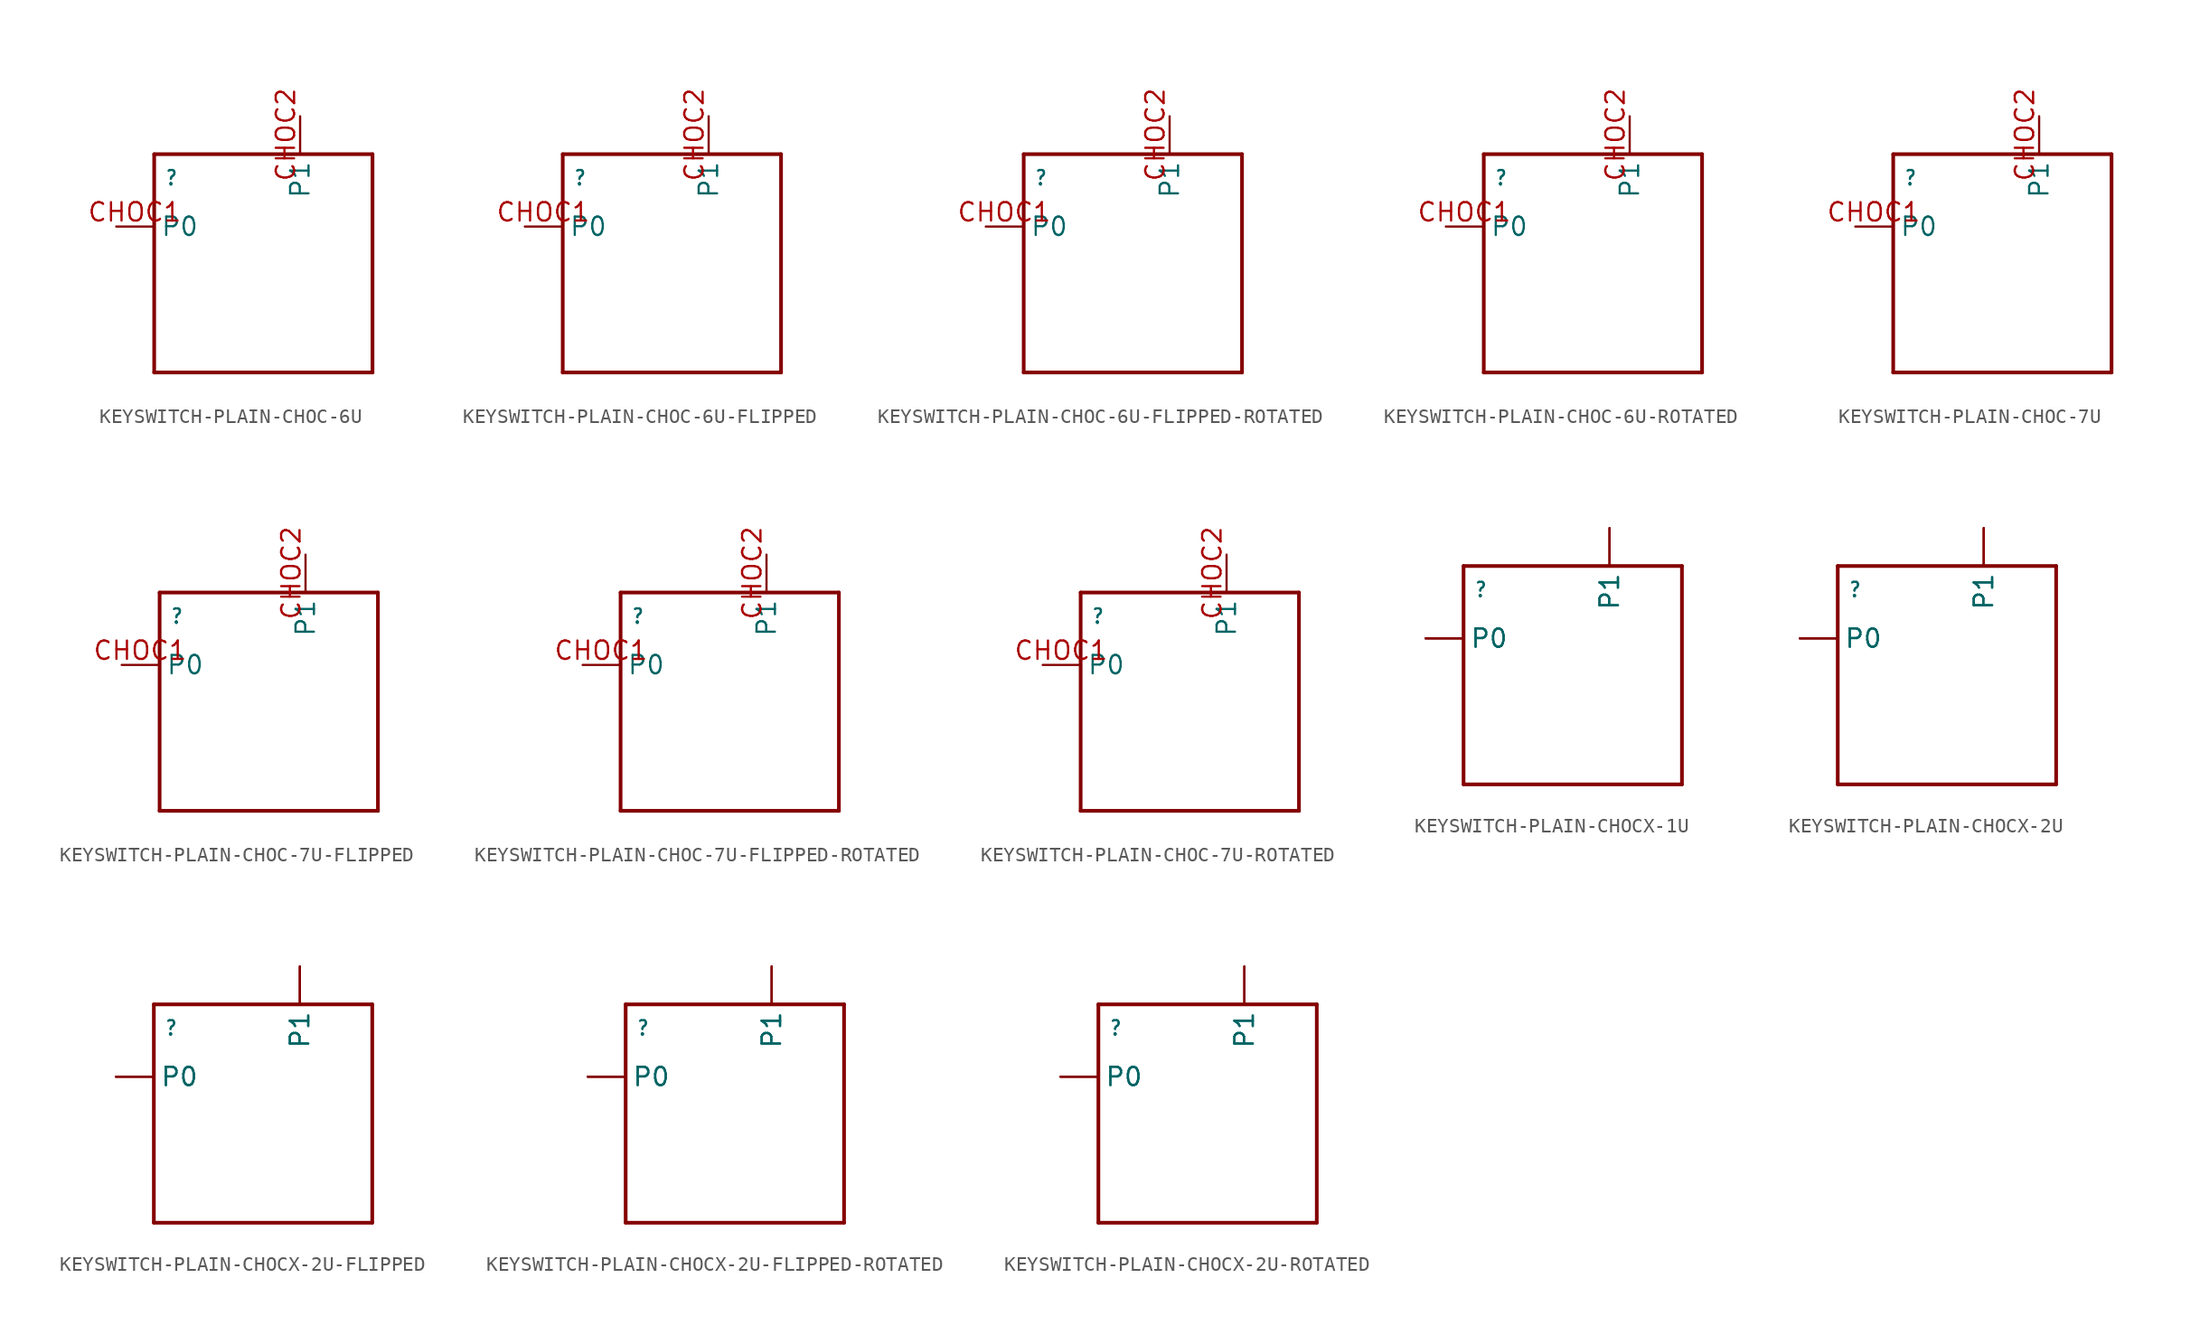
<source format=kicad_sym>
(kicad_symbol_lib
  (version 20211014)
  (generator kicad_symbol_editor)
  (symbol "KEYSWITCH-PLAIN-CHOC-6U"
    (property "Reference" ""
      (at -6.81 5.318 0)
      (effects (font (size 1 0.85)) (justify left bottom)))
    (property "ki_locked" ""
      (at 0 0 0)
      (effects (font (size 1.27 1.27))))
    (symbol "KEYSWITCH-PLAIN-CHOC-6U_1_0"
      (polyline (pts (xy -7.54 -7.54) (xy -7.54 7.54)) (stroke (width 0.254) (type default) (color 0 0 0 0)) (fill (type none)))
      (polyline (pts (xy -7.54 7.54) (xy 7.54 7.54)) (stroke (width 0.254) (type default) (color 0 0 0 0)) (fill (type none)))
      (polyline (pts (xy 7.54 -7.54) (xy -7.54 -7.54)) (stroke (width 0.254) (type default) (color 0 0 0 0)) (fill (type none)))
      (polyline (pts (xy 7.54 7.54) (xy 7.54 -7.54)) (stroke (width 0.254) (type default) (color 0 0 0 0)) (fill (type none)))
      (pin bidirectional line (at -10.16 2.54 0) (length 2.54) (name "P0" (effects (font (size 1.27 1.27)))) (number "CHOC1" (effects (font (size 1.27 1.27)))))
      (pin bidirectional line (at 2.54 10.16 270) (length 2.54) (name "P1" (effects (font (size 1.27 1.27)))) (number "CHOC2" (effects (font (size 1.27 1.27)))))))
  (symbol "KEYSWITCH-PLAIN-CHOC-6U-FLIPPED"
    (property "Reference" ""
      (at -6.81 5.318 0)
      (effects (font (size 1 0.85)) (justify left bottom)))
    (property "ki_locked" ""
      (at 0 0 0)
      (effects (font (size 1.27 1.27))))
    (symbol "KEYSWITCH-PLAIN-CHOC-6U-FLIPPED_1_0"
      (polyline (pts (xy -7.54 -7.54) (xy -7.54 7.54)) (stroke (width 0.254) (type default) (color 0 0 0 0)) (fill (type none)))
      (polyline (pts (xy -7.54 7.54) (xy 7.54 7.54)) (stroke (width 0.254) (type default) (color 0 0 0 0)) (fill (type none)))
      (polyline (pts (xy 7.54 -7.54) (xy -7.54 -7.54)) (stroke (width 0.254) (type default) (color 0 0 0 0)) (fill (type none)))
      (polyline (pts (xy 7.54 7.54) (xy 7.54 -7.54)) (stroke (width 0.254) (type default) (color 0 0 0 0)) (fill (type none)))
      (pin bidirectional line (at -10.16 2.54 0) (length 2.54) (name "P0" (effects (font (size 1.27 1.27)))) (number "CHOC1" (effects (font (size 1.27 1.27)))))
      (pin bidirectional line (at 2.54 10.16 270) (length 2.54) (name "P1" (effects (font (size 1.27 1.27)))) (number "CHOC2" (effects (font (size 1.27 1.27)))))))
  (symbol "KEYSWITCH-PLAIN-CHOC-6U-FLIPPED-ROTATED"
    (property "Reference" ""
      (at -6.81 5.318 0)
      (effects (font (size 1 0.85)) (justify left bottom)))
    (property "ki_locked" ""
      (at 0 0 0)
      (effects (font (size 1.27 1.27))))
    (symbol "KEYSWITCH-PLAIN-CHOC-6U-FLIPPED-ROTATED_1_0"
      (polyline (pts (xy -7.54 -7.54) (xy -7.54 7.54)) (stroke (width 0.254) (type default) (color 0 0 0 0)) (fill (type none)))
      (polyline (pts (xy -7.54 7.54) (xy 7.54 7.54)) (stroke (width 0.254) (type default) (color 0 0 0 0)) (fill (type none)))
      (polyline (pts (xy 7.54 -7.54) (xy -7.54 -7.54)) (stroke (width 0.254) (type default) (color 0 0 0 0)) (fill (type none)))
      (polyline (pts (xy 7.54 7.54) (xy 7.54 -7.54)) (stroke (width 0.254) (type default) (color 0 0 0 0)) (fill (type none)))
      (pin bidirectional line (at -10.16 2.54 0) (length 2.54) (name "P0" (effects (font (size 1.27 1.27)))) (number "CHOC1" (effects (font (size 1.27 1.27)))))
      (pin bidirectional line (at 2.54 10.16 270) (length 2.54) (name "P1" (effects (font (size 1.27 1.27)))) (number "CHOC2" (effects (font (size 1.27 1.27)))))))
  (symbol "KEYSWITCH-PLAIN-CHOC-6U-ROTATED"
    (property "Reference" ""
      (at -6.81 5.318 0)
      (effects (font (size 1 0.85)) (justify left bottom)))
    (property "ki_locked" ""
      (at 0 0 0)
      (effects (font (size 1.27 1.27))))
    (symbol "KEYSWITCH-PLAIN-CHOC-6U-ROTATED_1_0"
      (polyline (pts (xy -7.54 -7.54) (xy -7.54 7.54)) (stroke (width 0.254) (type default) (color 0 0 0 0)) (fill (type none)))
      (polyline (pts (xy -7.54 7.54) (xy 7.54 7.54)) (stroke (width 0.254) (type default) (color 0 0 0 0)) (fill (type none)))
      (polyline (pts (xy 7.54 -7.54) (xy -7.54 -7.54)) (stroke (width 0.254) (type default) (color 0 0 0 0)) (fill (type none)))
      (polyline (pts (xy 7.54 7.54) (xy 7.54 -7.54)) (stroke (width 0.254) (type default) (color 0 0 0 0)) (fill (type none)))
      (pin bidirectional line (at -10.16 2.54 0) (length 2.54) (name "P0" (effects (font (size 1.27 1.27)))) (number "CHOC1" (effects (font (size 1.27 1.27)))))
      (pin bidirectional line (at 2.54 10.16 270) (length 2.54) (name "P1" (effects (font (size 1.27 1.27)))) (number "CHOC2" (effects (font (size 1.27 1.27)))))))
  (symbol "KEYSWITCH-PLAIN-CHOC-7U"
    (property "Reference" ""
      (at -6.81 5.318 0)
      (effects (font (size 1 0.85)) (justify left bottom)))
    (property "ki_locked" ""
      (at 0 0 0)
      (effects (font (size 1.27 1.27))))
    (symbol "KEYSWITCH-PLAIN-CHOC-7U_1_0"
      (polyline (pts (xy -7.54 -7.54) (xy -7.54 7.54)) (stroke (width 0.254) (type default) (color 0 0 0 0)) (fill (type none)))
      (polyline (pts (xy -7.54 7.54) (xy 7.54 7.54)) (stroke (width 0.254) (type default) (color 0 0 0 0)) (fill (type none)))
      (polyline (pts (xy 7.54 -7.54) (xy -7.54 -7.54)) (stroke (width 0.254) (type default) (color 0 0 0 0)) (fill (type none)))
      (polyline (pts (xy 7.54 7.54) (xy 7.54 -7.54)) (stroke (width 0.254) (type default) (color 0 0 0 0)) (fill (type none)))
      (pin bidirectional line (at -10.16 2.54 0) (length 2.54) (name "P0" (effects (font (size 1.27 1.27)))) (number "CHOC1" (effects (font (size 1.27 1.27)))))
      (pin bidirectional line (at 2.54 10.16 270) (length 2.54) (name "P1" (effects (font (size 1.27 1.27)))) (number "CHOC2" (effects (font (size 1.27 1.27)))))))
  (symbol "KEYSWITCH-PLAIN-CHOC-7U-FLIPPED"
    (property "Reference" ""
      (at -6.81 5.318 0)
      (effects (font (size 1 0.85)) (justify left bottom)))
    (property "ki_locked" ""
      (at 0 0 0)
      (effects (font (size 1.27 1.27))))
    (symbol "KEYSWITCH-PLAIN-CHOC-7U-FLIPPED_1_0"
      (polyline (pts (xy -7.54 -7.54) (xy -7.54 7.54)) (stroke (width 0.254) (type default) (color 0 0 0 0)) (fill (type none)))
      (polyline (pts (xy -7.54 7.54) (xy 7.54 7.54)) (stroke (width 0.254) (type default) (color 0 0 0 0)) (fill (type none)))
      (polyline (pts (xy 7.54 -7.54) (xy -7.54 -7.54)) (stroke (width 0.254) (type default) (color 0 0 0 0)) (fill (type none)))
      (polyline (pts (xy 7.54 7.54) (xy 7.54 -7.54)) (stroke (width 0.254) (type default) (color 0 0 0 0)) (fill (type none)))
      (pin bidirectional line (at -10.16 2.54 0) (length 2.54) (name "P0" (effects (font (size 1.27 1.27)))) (number "CHOC1" (effects (font (size 1.27 1.27)))))
      (pin bidirectional line (at 2.54 10.16 270) (length 2.54) (name "P1" (effects (font (size 1.27 1.27)))) (number "CHOC2" (effects (font (size 1.27 1.27)))))))
  (symbol "KEYSWITCH-PLAIN-CHOC-7U-FLIPPED-ROTATED"
    (property "Reference" ""
      (at -6.81 5.318 0)
      (effects (font (size 1 0.85)) (justify left bottom)))
    (property "ki_locked" ""
      (at 0 0 0)
      (effects (font (size 1.27 1.27))))
    (symbol "KEYSWITCH-PLAIN-CHOC-7U-FLIPPED-ROTATED_1_0"
      (polyline (pts (xy -7.54 -7.54) (xy -7.54 7.54)) (stroke (width 0.254) (type default) (color 0 0 0 0)) (fill (type none)))
      (polyline (pts (xy -7.54 7.54) (xy 7.54 7.54)) (stroke (width 0.254) (type default) (color 0 0 0 0)) (fill (type none)))
      (polyline (pts (xy 7.54 -7.54) (xy -7.54 -7.54)) (stroke (width 0.254) (type default) (color 0 0 0 0)) (fill (type none)))
      (polyline (pts (xy 7.54 7.54) (xy 7.54 -7.54)) (stroke (width 0.254) (type default) (color 0 0 0 0)) (fill (type none)))
      (pin bidirectional line (at -10.16 2.54 0) (length 2.54) (name "P0" (effects (font (size 1.27 1.27)))) (number "CHOC1" (effects (font (size 1.27 1.27)))))
      (pin bidirectional line (at 2.54 10.16 270) (length 2.54) (name "P1" (effects (font (size 1.27 1.27)))) (number "CHOC2" (effects (font (size 1.27 1.27)))))))
  (symbol "KEYSWITCH-PLAIN-CHOC-7U-ROTATED"
    (property "Reference" ""
      (at -6.81 5.318 0)
      (effects (font (size 1 0.85)) (justify left bottom)))
    (property "ki_locked" ""
      (at 0 0 0)
      (effects (font (size 1.27 1.27))))
    (symbol "KEYSWITCH-PLAIN-CHOC-7U-ROTATED_1_0"
      (polyline (pts (xy -7.54 -7.54) (xy -7.54 7.54)) (stroke (width 0.254) (type default) (color 0 0 0 0)) (fill (type none)))
      (polyline (pts (xy -7.54 7.54) (xy 7.54 7.54)) (stroke (width 0.254) (type default) (color 0 0 0 0)) (fill (type none)))
      (polyline (pts (xy 7.54 -7.54) (xy -7.54 -7.54)) (stroke (width 0.254) (type default) (color 0 0 0 0)) (fill (type none)))
      (polyline (pts (xy 7.54 7.54) (xy 7.54 -7.54)) (stroke (width 0.254) (type default) (color 0 0 0 0)) (fill (type none)))
      (pin bidirectional line (at -10.16 2.54 0) (length 2.54) (name "P0" (effects (font (size 1.27 1.27)))) (number "CHOC1" (effects (font (size 1.27 1.27)))))
      (pin bidirectional line (at 2.54 10.16 270) (length 2.54) (name "P1" (effects (font (size 1.27 1.27)))) (number "CHOC2" (effects (font (size 1.27 1.27)))))))
  (symbol "KEYSWITCH-PLAIN-CHOCX-1U"
    (property "Reference" ""
      (at -6.81 5.318 0)
      (effects (font (size 1 0.85)) (justify left bottom)))
    (property "ki_locked" ""
      (at 0 0 0)
      (effects (font (size 1.27 1.27))))
    (symbol "KEYSWITCH-PLAIN-CHOCX-1U_1_0"
      (polyline (pts (xy -7.54 -7.54) (xy -7.54 7.54)) (stroke (width 0.254) (type default) (color 0 0 0 0)) (fill (type none)))
      (polyline (pts (xy -7.54 7.54) (xy 7.54 7.54)) (stroke (width 0.254) (type default) (color 0 0 0 0)) (fill (type none)))
      (polyline (pts (xy 7.54 -7.54) (xy -7.54 -7.54)) (stroke (width 0.254) (type default) (color 0 0 0 0)) (fill (type none)))
      (polyline (pts (xy 7.54 7.54) (xy 7.54 -7.54)) (stroke (width 0.254) (type default) (color 0 0 0 0)) (fill (type none)))
      (pin bidirectional line (at -10.16 2.54 0) (length 2.54) (name "P0" (effects (font (size 1.27 1.27)))) (number "CHOC1" (effects (font (size 0 0)))))
      (pin bidirectional line (at 2.54 10.16 270) (length 2.54) (name "P1" (effects (font (size 1.27 1.27)))) (number "CHOC2" (effects (font (size 0 0)))))
      (pin bidirectional line (at -10.16 2.54 0) (length 2.54) (name "P0" (effects (font (size 1.27 1.27)))) (number "X1" (effects (font (size 0 0)))))
      (pin bidirectional line (at 2.54 10.16 270) (length 2.54) (name "P1" (effects (font (size 1.27 1.27)))) (number "X2" (effects (font (size 0 0)))))))
  (symbol "KEYSWITCH-PLAIN-CHOCX-2U"
    (property "Reference" ""
      (at -6.81 5.318 0)
      (effects (font (size 1 0.85)) (justify left bottom)))
    (property "ki_locked" ""
      (at 0 0 0)
      (effects (font (size 1.27 1.27))))
    (symbol "KEYSWITCH-PLAIN-CHOCX-2U_1_0"
      (polyline (pts (xy -7.54 -7.54) (xy -7.54 7.54)) (stroke (width 0.254) (type default) (color 0 0 0 0)) (fill (type none)))
      (polyline (pts (xy -7.54 7.54) (xy 7.54 7.54)) (stroke (width 0.254) (type default) (color 0 0 0 0)) (fill (type none)))
      (polyline (pts (xy 7.54 -7.54) (xy -7.54 -7.54)) (stroke (width 0.254) (type default) (color 0 0 0 0)) (fill (type none)))
      (polyline (pts (xy 7.54 7.54) (xy 7.54 -7.54)) (stroke (width 0.254) (type default) (color 0 0 0 0)) (fill (type none)))
      (pin bidirectional line (at -10.16 2.54 0) (length 2.54) (name "P0" (effects (font (size 1.27 1.27)))) (number "CHOC1" (effects (font (size 0 0)))))
      (pin bidirectional line (at 2.54 10.16 270) (length 2.54) (name "P1" (effects (font (size 1.27 1.27)))) (number "CHOC2" (effects (font (size 0 0)))))
      (pin bidirectional line (at -10.16 2.54 0) (length 2.54) (name "P0" (effects (font (size 1.27 1.27)))) (number "X1" (effects (font (size 0 0)))))
      (pin bidirectional line (at 2.54 10.16 270) (length 2.54) (name "P1" (effects (font (size 1.27 1.27)))) (number "X2" (effects (font (size 0 0)))))))
  (symbol "KEYSWITCH-PLAIN-CHOCX-2U-FLIPPED"
    (property "Reference" ""
      (at -6.81 5.318 0)
      (effects (font (size 1 0.85)) (justify left bottom)))
    (property "ki_locked" ""
      (at 0 0 0)
      (effects (font (size 1.27 1.27))))
    (symbol "KEYSWITCH-PLAIN-CHOCX-2U-FLIPPED_1_0"
      (polyline (pts (xy -7.54 -7.54) (xy -7.54 7.54)) (stroke (width 0.254) (type default) (color 0 0 0 0)) (fill (type none)))
      (polyline (pts (xy -7.54 7.54) (xy 7.54 7.54)) (stroke (width 0.254) (type default) (color 0 0 0 0)) (fill (type none)))
      (polyline (pts (xy 7.54 -7.54) (xy -7.54 -7.54)) (stroke (width 0.254) (type default) (color 0 0 0 0)) (fill (type none)))
      (polyline (pts (xy 7.54 7.54) (xy 7.54 -7.54)) (stroke (width 0.254) (type default) (color 0 0 0 0)) (fill (type none)))
      (pin bidirectional line (at -10.16 2.54 0) (length 2.54) (name "P0" (effects (font (size 1.27 1.27)))) (number "CHOC1" (effects (font (size 0 0)))))
      (pin bidirectional line (at 2.54 10.16 270) (length 2.54) (name "P1" (effects (font (size 1.27 1.27)))) (number "CHOC2" (effects (font (size 0 0)))))
      (pin bidirectional line (at -10.16 2.54 0) (length 2.54) (name "P0" (effects (font (size 1.27 1.27)))) (number "X1" (effects (font (size 0 0)))))
      (pin bidirectional line (at 2.54 10.16 270) (length 2.54) (name "P1" (effects (font (size 1.27 1.27)))) (number "X2" (effects (font (size 0 0)))))))
  (symbol "KEYSWITCH-PLAIN-CHOCX-2U-FLIPPED-ROTATED"
    (property "Reference" ""
      (at -6.81 5.318 0)
      (effects (font (size 1 0.85)) (justify left bottom)))
    (property "ki_locked" ""
      (at 0 0 0)
      (effects (font (size 1.27 1.27))))
    (symbol "KEYSWITCH-PLAIN-CHOCX-2U-FLIPPED-ROTATED_1_0"
      (polyline (pts (xy -7.54 -7.54) (xy -7.54 7.54)) (stroke (width 0.254) (type default) (color 0 0 0 0)) (fill (type none)))
      (polyline (pts (xy -7.54 7.54) (xy 7.54 7.54)) (stroke (width 0.254) (type default) (color 0 0 0 0)) (fill (type none)))
      (polyline (pts (xy 7.54 -7.54) (xy -7.54 -7.54)) (stroke (width 0.254) (type default) (color 0 0 0 0)) (fill (type none)))
      (polyline (pts (xy 7.54 7.54) (xy 7.54 -7.54)) (stroke (width 0.254) (type default) (color 0 0 0 0)) (fill (type none)))
      (pin bidirectional line (at -10.16 2.54 0) (length 2.54) (name "P0" (effects (font (size 1.27 1.27)))) (number "CHOC1" (effects (font (size 0 0)))))
      (pin bidirectional line (at 2.54 10.16 270) (length 2.54) (name "P1" (effects (font (size 1.27 1.27)))) (number "CHOC2" (effects (font (size 0 0)))))
      (pin bidirectional line (at -10.16 2.54 0) (length 2.54) (name "P0" (effects (font (size 1.27 1.27)))) (number "X1" (effects (font (size 0 0)))))
      (pin bidirectional line (at 2.54 10.16 270) (length 2.54) (name "P1" (effects (font (size 1.27 1.27)))) (number "X2" (effects (font (size 0 0)))))))
  (symbol "KEYSWITCH-PLAIN-CHOCX-2U-ROTATED"
    (property "Reference" ""
      (at -6.81 5.318 0)
      (effects (font (size 1 0.85)) (justify left bottom)))
    (property "ki_locked" ""
      (at 0 0 0)
      (effects (font (size 1.27 1.27))))
    (symbol "KEYSWITCH-PLAIN-CHOCX-2U-ROTATED_1_0"
      (polyline (pts (xy -7.54 -7.54) (xy -7.54 7.54)) (stroke (width 0.254) (type default) (color 0 0 0 0)) (fill (type none)))
      (polyline (pts (xy -7.54 7.54) (xy 7.54 7.54)) (stroke (width 0.254) (type default) (color 0 0 0 0)) (fill (type none)))
      (polyline (pts (xy 7.54 -7.54) (xy -7.54 -7.54)) (stroke (width 0.254) (type default) (color 0 0 0 0)) (fill (type none)))
      (polyline (pts (xy 7.54 7.54) (xy 7.54 -7.54)) (stroke (width 0.254) (type default) (color 0 0 0 0)) (fill (type none)))
      (pin bidirectional line (at -10.16 2.54 0) (length 2.54) (name "P0" (effects (font (size 1.27 1.27)))) (number "CHOC1" (effects (font (size 0 0)))))
      (pin bidirectional line (at 2.54 10.16 270) (length 2.54) (name "P1" (effects (font (size 1.27 1.27)))) (number "CHOC2" (effects (font (size 0 0)))))
      (pin bidirectional line (at -10.16 2.54 0) (length 2.54) (name "P0" (effects (font (size 1.27 1.27)))) (number "X1" (effects (font (size 0 0)))))
      (pin bidirectional line (at 2.54 10.16 270) (length 2.54) (name "P1" (effects (font (size 1.27 1.27)))) (number "X2" (effects (font (size 0 0))))))))
</source>
